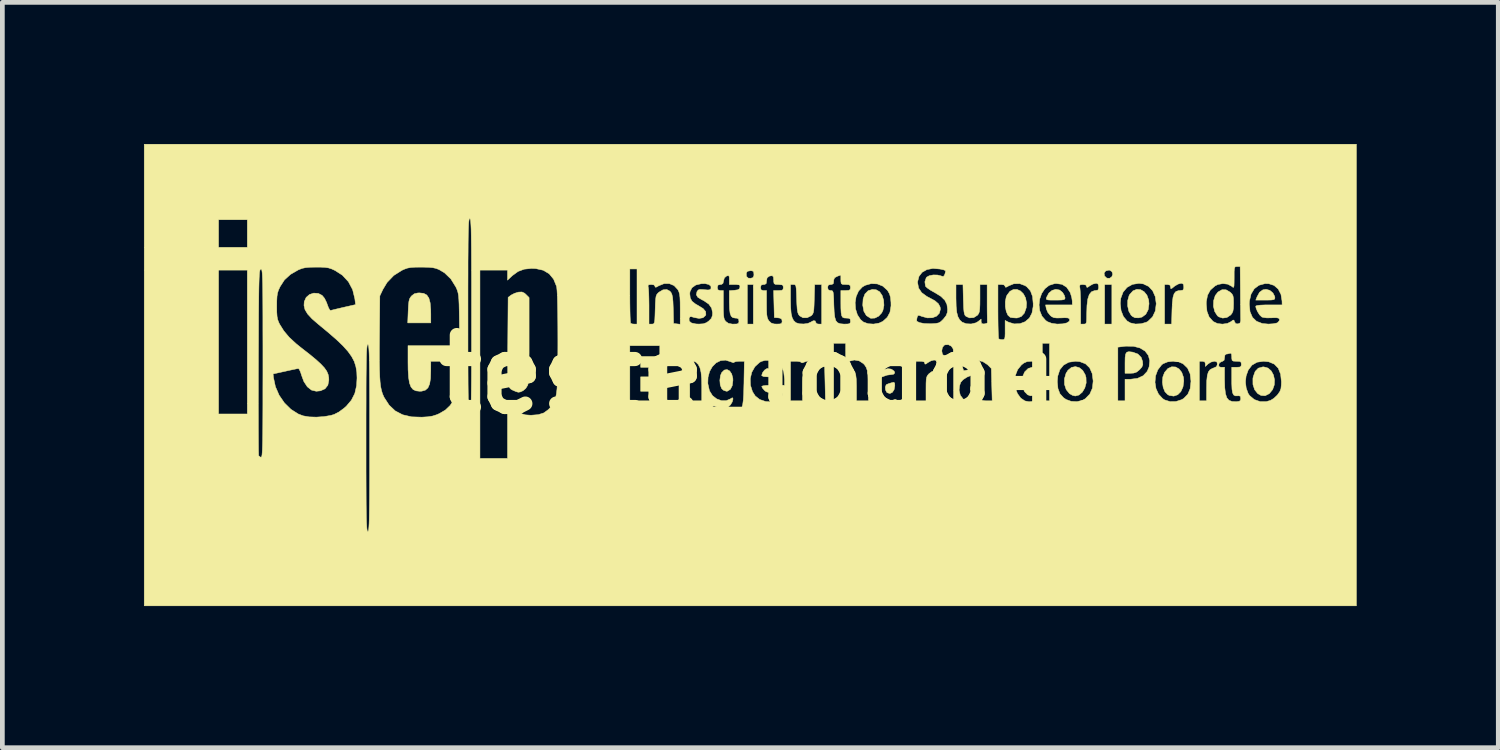
<source format=kicad_pcb>
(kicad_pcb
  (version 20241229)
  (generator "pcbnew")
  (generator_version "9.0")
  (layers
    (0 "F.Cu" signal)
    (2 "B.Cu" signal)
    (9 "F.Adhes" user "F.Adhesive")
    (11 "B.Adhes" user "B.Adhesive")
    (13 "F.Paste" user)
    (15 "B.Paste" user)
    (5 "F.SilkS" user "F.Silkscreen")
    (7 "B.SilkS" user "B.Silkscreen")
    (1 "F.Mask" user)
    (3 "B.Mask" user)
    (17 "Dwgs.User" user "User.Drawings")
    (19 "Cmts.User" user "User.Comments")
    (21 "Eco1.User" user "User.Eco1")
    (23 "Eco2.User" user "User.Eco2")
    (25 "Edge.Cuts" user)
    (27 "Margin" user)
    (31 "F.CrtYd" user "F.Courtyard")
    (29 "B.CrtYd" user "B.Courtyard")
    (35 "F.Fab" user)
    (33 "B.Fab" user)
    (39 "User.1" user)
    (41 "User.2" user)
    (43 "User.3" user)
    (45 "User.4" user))
  (footprint "teste_logo4"
    (layer "F.Cu")
    (at 12.832 4.882)
    (property "Reference" "teste_logo4" (at 0 0 0) (layer "F.SilkS") (effects (font (size 1.524 1.524) (thickness 0.3))))
    (attr through_hole)
    (fp_poly (pts (xy 11.016 -1.782) (xy 11.083 -1.726) (xy 11.121 -1.653) (xy 11.125 -1.622) (xy 11.12 -1.598) (xy 11.098 -1.584) (xy 11.048 -1.577) (xy 10.962 -1.575) (xy 10.923 -1.575) (xy 10.72 -1.575) (xy 10.747 -1.645) (xy 10.8 -1.741) (xy 10.87 -1.792) (xy 10.937 -1.803) (xy 11.016 -1.782)) (stroke (width 0.01) (type solid)) (fill yes) (layer "F.SilkS"))
    (fp_poly (pts (xy 0.435 -0.106) (xy 0.485 -0.055) (xy 0.508 0.005) (xy 0.508 0.008) (xy 0.498 0.034) (xy 0.46 0.047) (xy 0.382 0.051) (xy 0.381 0.051) (xy 0.295 0.045) (xy 0.257 0.027) (xy 0.254 0.018) (xy 0.272 -0.037) (xy 0.314 -0.092) (xy 0.363 -0.124) (xy 0.379 -0.127) (xy 0.435 -0.106)) (stroke (width 0.01) (type solid)) (fill yes) (layer "F.SilkS"))
    (fp_poly (pts (xy 3.07 0.182) (xy 3.073 0.235) (xy 3.073 0.241) (xy 3.058 0.323) (xy 3.02 0.38) (xy 2.969 0.404) (xy 2.914 0.387) (xy 2.901 0.376) (xy 2.876 0.327) (xy 2.872 0.267) (xy 2.89 0.221) (xy 2.896 0.215) (xy 2.938 0.197) (xy 2.998 0.178) (xy 3.049 0.166) (xy 3.07 0.182)) (stroke (width 0.01) (type solid)) (fill yes) (layer "F.SilkS"))
    (fp_poly (pts (xy 4.871 0.178) (xy 4.877 0.224) (xy 4.877 0.252) (xy 4.87 0.321) (xy 4.842 0.36) (xy 4.812 0.377) (xy 4.761 0.4) (xy 4.735 0.403) (xy 4.714 0.386) (xy 4.704 0.376) (xy 4.672 0.316) (xy 4.685 0.255) (xy 4.738 0.204) (xy 4.796 0.179) (xy 4.849 0.167) (xy 4.871 0.178)) (stroke (width 0.01) (type solid)) (fill yes) (layer "F.SilkS"))
    (fp_poly (pts (xy -0.425 -0.074) (xy -0.382 -0.01) (xy -0.358 0.081) (xy -0.356 0.127) (xy -0.37 0.236) (xy -0.409 0.314) (xy -0.47 0.353) (xy -0.495 0.356) (xy -0.556 0.335) (xy -0.595 0.299) (xy -0.625 0.222) (xy -0.633 0.123) (xy -0.62 0.024) (xy -0.594 -0.039) (xy -0.539 -0.093) (xy -0.48 -0.103) (xy -0.425 -0.074)) (stroke (width 0.01) (type solid)) (fill yes) (layer "F.SilkS"))
    (fp_poly (pts (xy -6.906 -1.717) (xy -6.841 -1.682) (xy -6.797 -1.617) (xy -6.77 -1.517) (xy -6.758 -1.375) (xy -6.756 -1.28) (xy -6.756 -1.092) (xy -7.245 -1.092) (xy -7.235 -1.345) (xy -7.229 -1.464) (xy -7.22 -1.545) (xy -7.207 -1.599) (xy -7.185 -1.637) (xy -7.164 -1.663) (xy -7.105 -1.709) (xy -7.03 -1.726) (xy -6.994 -1.727) (xy -6.906 -1.717)) (stroke (width 0.01) (type solid)) (fill yes) (layer "F.SilkS"))
    (fp_poly (pts (xy 8.101 -0.474) (xy 8.114 -0.472) (xy 8.223 -0.432) (xy 8.293 -0.36) (xy 8.322 -0.274) (xy 8.327 -0.207) (xy 8.307 -0.157) (xy 8.26 -0.103) (xy 8.197 -0.051) (xy 8.132 -0.029) (xy 8.066 -0.025) (xy 7.95 -0.025) (xy 7.95 -0.242) (xy 7.952 -0.359) (xy 7.963 -0.432) (xy 7.988 -0.471) (xy 8.031 -0.482) (xy 8.101 -0.474)) (stroke (width 0.01) (type solid)) (fill yes) (layer "F.SilkS"))
    (fp_poly (pts (xy 6.564 -1.788) (xy 6.628 -1.736) (xy 6.664 -1.676) (xy 6.68 -1.623) (xy 6.68 -1.622) (xy 6.675 -1.599) (xy 6.653 -1.584) (xy 6.604 -1.577) (xy 6.518 -1.575) (xy 6.475 -1.575) (xy 6.374 -1.575) (xy 6.315 -1.579) (xy 6.287 -1.589) (xy 6.282 -1.608) (xy 6.288 -1.632) (xy 6.335 -1.722) (xy 6.404 -1.78) (xy 6.484 -1.803) (xy 6.564 -1.788)) (stroke (width 0.01) (type solid)) (fill yes) (layer "F.SilkS"))
    (fp_poly (pts (xy 6.981 -0.144) (xy 7.054 -0.085) (xy 7.106 0.005) (xy 7.124 0.067) (xy 7.127 0.18) (xy 7.098 0.286) (xy 7.045 0.375) (xy 6.974 0.436) (xy 6.896 0.457) (xy 6.836 0.442) (xy 6.774 0.406) (xy 6.704 0.321) (xy 6.668 0.211) (xy 6.667 0.091) (xy 6.701 -0.025) (xy 6.742 -0.089) (xy 6.816 -0.149) (xy 6.899 -0.166) (xy 6.981 -0.144)) (stroke (width 0.01) (type solid)) (fill yes) (layer "F.SilkS"))
    (fp_poly (pts (xy 2.68 -1.793) (xy 2.752 -1.751) (xy 2.805 -1.673) (xy 2.836 -1.573) (xy 2.843 -1.464) (xy 2.822 -1.358) (xy 2.796 -1.305) (xy 2.732 -1.235) (xy 2.65 -1.194) (xy 2.569 -1.19) (xy 2.553 -1.194) (xy 2.47 -1.248) (xy 2.418 -1.337) (xy 2.394 -1.466) (xy 2.394 -1.468) (xy 2.402 -1.602) (xy 2.441 -1.705) (xy 2.508 -1.773) (xy 2.599 -1.801) (xy 2.68 -1.793)) (stroke (width 0.01) (type solid)) (fill yes) (layer "F.SilkS"))
    (fp_poly (pts (xy 8.28 -1.796) (xy 8.354 -1.753) (xy 8.414 -1.679) (xy 8.451 -1.576) (xy 8.458 -1.496) (xy 8.44 -1.37) (xy 8.39 -1.275) (xy 8.311 -1.216) (xy 8.241 -1.199) (xy 8.162 -1.201) (xy 8.106 -1.23) (xy 8.078 -1.256) (xy 8.03 -1.34) (xy 8.006 -1.45) (xy 8.007 -1.566) (xy 8.036 -1.67) (xy 8.05 -1.695) (xy 8.119 -1.771) (xy 8.199 -1.803) (xy 8.28 -1.796)) (stroke (width 0.01) (type solid)) (fill yes) (layer "F.SilkS"))
    (fp_poly (pts (xy 9.02 -0.158) (xy 9.094 -0.117) (xy 9.152 -0.043) (xy 9.188 0.06) (xy 9.195 0.139) (xy 9.178 0.264) (xy 9.133 0.363) (xy 9.066 0.43) (xy 8.983 0.459) (xy 8.89 0.445) (xy 8.856 0.428) (xy 8.796 0.367) (xy 8.758 0.274) (xy 8.742 0.164) (xy 8.751 0.053) (xy 8.788 -0.044) (xy 8.789 -0.045) (xy 8.859 -0.126) (xy 8.939 -0.162) (xy 9.02 -0.158)) (stroke (width 0.01) (type solid)) (fill yes) (layer "F.SilkS"))
    (fp_poly (pts (xy 10.979 -0.135) (xy 11.048 -0.074) (xy 11.095 0.013) (xy 11.117 0.115) (xy 11.112 0.221) (xy 11.077 0.32) (xy 11.011 0.401) (xy 11.006 0.406) (xy 10.918 0.451) (xy 10.831 0.445) (xy 10.761 0.405) (xy 10.696 0.324) (xy 10.66 0.213) (xy 10.659 0.088) (xy 10.666 0.049) (xy 10.707 -0.064) (xy 10.773 -0.133) (xy 10.865 -0.159) (xy 10.889 -0.16) (xy 10.979 -0.135)) (stroke (width 0.01) (type solid)) (fill yes) (layer "F.SilkS"))
    (fp_poly (pts (xy 6.072 -0.135) (xy 6.134 -0.092) (xy 6.169 -0.049) (xy 6.189 -0.001) (xy 6.196 0.07) (xy 6.198 0.14) (xy 6.195 0.235) (xy 6.185 0.296) (xy 6.161 0.341) (xy 6.123 0.383) (xy 6.037 0.443) (xy 5.948 0.453) (xy 5.886 0.43) (xy 5.822 0.365) (xy 5.782 0.27) (xy 5.767 0.158) (xy 5.781 0.046) (xy 5.824 -0.053) (xy 5.897 -0.125) (xy 5.983 -0.153) (xy 6.072 -0.135)) (stroke (width 0.01) (type solid)) (fill yes) (layer "F.SilkS"))
    (fp_poly (pts (xy 5.735 -1.769) (xy 5.798 -1.707) (xy 5.843 -1.621) (xy 5.864 -1.515) (xy 5.857 -1.412) (xy 5.818 -1.3) (xy 5.752 -1.227) (xy 5.664 -1.196) (xy 5.643 -1.196) (xy 5.572 -1.201) (xy 5.522 -1.209) (xy 5.518 -1.211) (xy 5.469 -1.255) (xy 5.434 -1.334) (xy 5.415 -1.434) (xy 5.414 -1.541) (xy 5.433 -1.639) (xy 5.449 -1.677) (xy 5.511 -1.76) (xy 5.584 -1.799) (xy 5.661 -1.801) (xy 5.735 -1.769)) (stroke (width 0.01) (type solid)) (fill yes) (layer "F.SilkS"))
    (fp_poly (pts (xy 10.091 -1.793) (xy 10.178 -1.742) (xy 10.215 -1.705) (xy 10.237 -1.666) (xy 10.247 -1.608) (xy 10.249 -1.517) (xy 10.249 -1.503) (xy 10.246 -1.403) (xy 10.236 -1.338) (xy 10.214 -1.292) (xy 10.187 -1.259) (xy 10.109 -1.207) (xy 10.02 -1.194) (xy 9.937 -1.22) (xy 9.907 -1.243) (xy 9.85 -1.333) (xy 9.823 -1.445) (xy 9.827 -1.563) (xy 9.861 -1.671) (xy 9.919 -1.746) (xy 10.005 -1.795) (xy 10.091 -1.793)) (stroke (width 0.01) (type solid)) (fill yes) (layer "F.SilkS"))
    (fp_poly (pts (xy -4.771 -1.722) (xy -4.739 -1.693) (xy -4.674 -1.628) (xy -4.674 -0.742) (xy -4.674 -0.459) (xy -4.677 -0.224) (xy -4.681 -0.037) (xy -4.687 0.102) (xy -4.695 0.192) (xy -4.702 0.226) (xy -4.745 0.296) (xy -4.802 0.344) (xy -4.861 0.371) (xy -4.904 0.377) (xy -4.957 0.361) (xy -4.991 0.346) (xy -5.027 0.33) (xy -5.056 0.314) (xy -5.079 0.292) (xy -5.097 0.26) (xy -5.11 0.213) (xy -5.119 0.145) (xy -5.124 0.052) (xy -5.127 -0.072) (xy -5.128 -0.231) (xy -5.127 -0.431) (xy -5.125 -0.676) (xy -5.125 -0.699) (xy -5.118 -1.633) (xy -5.054 -1.681) (xy -4.983 -1.718) (xy -4.901 -1.743) (xy -4.897 -1.744) (xy -4.825 -1.747) (xy -4.771 -1.722)) (stroke (width 0.01) (type solid)) (fill yes) (layer "F.SilkS"))
    (fp_poly (pts (xy 12.852 4.902) (xy -12.827 4.902) (xy -12.827 -2.21) (xy -11.252 -2.21) (xy -11.252 0.838) (xy -10.643 0.838) (xy -10.643 0.62) (xy -10.41 0.62) (xy -10.409 0.876) (xy -10.409 1.105) (xy -10.408 1.304) (xy -10.407 1.469) (xy -10.406 1.596) (xy -10.404 1.681) (xy -10.403 1.719) (xy -10.402 1.721) (xy -10.37 1.749) (xy -10.351 1.753) (xy -10.344 1.748) (xy -10.338 1.734) (xy -10.332 1.706) (xy -10.328 1.661) (xy -10.324 1.596) (xy -10.321 1.507) (xy -10.318 1.392) (xy -10.318 1.346) (xy -8.128 1.346) (xy -8.128 1.714) (xy -8.128 2.033) (xy -8.127 2.309) (xy -8.126 2.543) (xy -8.125 2.739) (xy -8.123 2.9) (xy -8.121 3.03) (xy -8.118 3.132) (xy -8.114 3.208) (xy -8.11 3.263) (xy -8.105 3.299) (xy -8.099 3.319) (xy -8.092 3.327) (xy -8.09 3.327) (xy -8.083 3.323) (xy -8.077 3.307) (xy -8.071 3.277) (xy -8.067 3.229) (xy -8.063 3.161) (xy -8.06 3.068) (xy -8.058 2.948) (xy -8.056 2.798) (xy -8.054 2.614) (xy -8.053 2.393) (xy -8.052 2.132) (xy -8.052 1.828) (xy -8.052 1.477) (xy -8.052 1.346) (xy -8.052 0.979) (xy -8.052 0.659) (xy -8.053 0.384) (xy -8.054 0.15) (xy -8.055 -0.047) (xy -8.057 -0.208) (xy -8.059 -0.338) (xy -8.062 -0.439) (xy -8.066 -0.516) (xy -8.066 -0.518) (xy -7.846 -0.518) (xy -7.846 -0.295) (xy -7.843 -0.111) (xy -7.838 0.039) (xy -7.83 0.16) (xy -7.818 0.258) (xy -7.801 0.338) (xy -7.781 0.405) (xy -7.755 0.466) (xy -7.744 0.488) (xy -7.639 0.65) (xy -7.51 0.772) (xy -7.353 0.854) (xy -7.164 0.898) (xy -6.947 0.905) (xy -6.816 0.897) (xy -6.717 0.881) (xy -6.63 0.853) (xy -6.573 0.828) (xy -6.446 0.753) (xy -6.347 0.658) (xy -6.263 0.531) (xy -6.227 0.457) (xy -6.197 0.386) (xy -6.177 0.314) (xy -6.164 0.228) (xy -6.155 0.114) (xy -6.151 0.019) (xy -6.141 -0.279) (xy -6.756 -0.279) (xy -6.757 -0.083) (xy -6.762 0.082) (xy -6.781 0.202) (xy -6.817 0.284) (xy -6.871 0.332) (xy -6.948 0.354) (xy -6.99 0.356) (xy -7.07 0.347) (xy -7.131 0.319) (xy -7.176 0.265) (xy -7.208 0.181) (xy -7.227 0.061) (xy -7.237 -0.1) (xy -7.239 -0.26) (xy -7.239 -0.61) (xy -6.143 -0.61) (xy -6.151 -1.162) (xy -6.152 -1.232) (xy -5.969 -1.232) (xy -5.969 -0.856) (xy -5.969 -0.528) (xy -5.968 -0.244) (xy -5.967 -0.001) (xy -5.966 0.203) (xy -5.964 0.372) (xy -5.962 0.509) (xy -5.959 0.617) (xy -5.956 0.7) (xy -5.952 0.76) (xy -5.947 0.801) (xy -5.942 0.825) (xy -5.935 0.836) (xy -5.931 0.838) (xy -5.924 0.834) (xy -5.918 0.818) (xy -5.913 0.788) (xy -5.908 0.741) (xy -5.904 0.673) (xy -5.901 0.582) (xy -5.899 0.464) (xy -5.897 0.316) (xy -5.895 0.134) (xy -5.894 -0.083) (xy -5.893 -0.34) (xy -5.893 -0.639) (xy -5.893 -0.984) (xy -5.893 -1.232) (xy -5.893 -1.608) (xy -5.893 -1.936) (xy -5.894 -2.21) (xy -5.715 -2.21) (xy -5.715 1.778) (xy -5.131 1.778) (xy -5.131 0.608) (xy -5.074 0.663) (xy -5.018 0.709) (xy -4.942 0.765) (xy -4.904 0.791) (xy -4.826 0.834) (xy -4.753 0.856) (xy -4.659 0.863) (xy -4.63 0.864) (xy -4.479 0.852) (xy -4.362 0.815) (xy -4.267 0.746) (xy -4.223 0.699) (xy -4.187 0.652) (xy -4.156 0.604) (xy -4.131 0.551) (xy -4.111 0.487) (xy -4.095 0.408) (xy -4.083 0.309) (xy -4.075 0.185) (xy -4.07 0.03) (xy -4.066 -0.159) (xy -4.065 -0.389) (xy -4.064 -0.61) (xy -2.54 -0.61) (xy -2.54 0.559) (xy -1.88 0.559) (xy -1.88 0.356) (xy -2.311 0.356) (xy -2.311 0.051) (xy -1.93 0.051) (xy -1.93 -0.152) (xy -2.311 -0.152) (xy -2.311 -0.279) (xy -1.753 -0.279) (xy -1.753 0.559) (xy -1.499 0.559) (xy -1.499 0.275) (xy -1.495 0.125) (xy -1.484 0.018) (xy -1.462 -0.051) (xy -1.427 -0.088) (xy -1.378 -0.101) (xy -1.369 -0.102) (xy -1.329 -0.09) (xy -1.301 -0.053) (xy -1.283 0.018) (xy -1.273 0.127) (xy -1.27 0.278) (xy -1.27 0.559) (xy -1.016 0.559) (xy -1.016 0.253) (xy -1.017 0.191) (xy -0.888 0.191) (xy -0.857 0.33) (xy -0.848 0.355) (xy -0.788 0.45) (xy -0.7 0.518) (xy -0.599 0.555) (xy -0.496 0.555) (xy -0.412 0.519) (xy -0.371 0.494) (xy -0.357 0.502) (xy -0.356 0.529) (xy -0.371 0.582) (xy -0.407 0.643) (xy -0.408 0.644) (xy -0.46 0.692) (xy -0.528 0.71) (xy -0.562 0.711) (xy -0.642 0.704) (xy -0.707 0.688) (xy -0.715 0.684) (xy -0.757 0.666) (xy -0.779 0.676) (xy -0.79 0.724) (xy -0.794 0.775) (xy -0.793 0.841) (xy -0.774 0.875) (xy -0.737 0.892) (xy -0.644 0.908) (xy -0.532 0.908) (xy -0.42 0.894) (xy -0.327 0.869) (xy -0.286 0.847) (xy -0.235 0.805) (xy -0.196 0.762) (xy -0.168 0.708) (xy -0.149 0.638) (xy -0.136 0.542) (xy -0.128 0.413) (xy -0.124 0.243) (xy -0.122 0.184) (xy -0.121 0.089) (xy 0.011 0.089) (xy 0.016 0.23) (xy 0.058 0.364) (xy 0.117 0.456) (xy 0.212 0.531) (xy 0.338 0.574) (xy 0.484 0.581) (xy 0.618 0.557) (xy 0.683 0.532) (xy 0.703 0.504) (xy 0.701 0.491) (xy 0.687 0.432) (xy 0.686 0.407) (xy 0.68 0.383) (xy 0.656 0.371) (xy 0.603 0.369) (xy 0.524 0.374) (xy 0.431 0.38) (xy 0.373 0.374) (xy 0.333 0.356) (xy 0.308 0.333) (xy 0.269 0.287) (xy 0.254 0.254) (xy 0.278 0.242) (xy 0.345 0.233) (xy 0.447 0.229) (xy 0.495 0.229) (xy 0.737 0.229) (xy 0.737 0.101) (xy 0.72 -0.055) (xy 0.671 -0.171) (xy 0.589 -0.25) (xy 0.508 -0.279) (xy 0.864 -0.279) (xy 0.864 0.559) (xy 1.118 0.559) (xy 1.118 0.279) (xy 1.119 0.154) (xy 1.123 0.068) (xy 1.132 0.012) (xy 1.147 -0.025) (xy 1.168 -0.051) (xy 1.217 -0.088) (xy 1.252 -0.102) (xy 1.29 -0.094) (xy 1.316 -0.065) (xy 1.333 -0.01) (xy 1.343 0.081) (xy 1.346 0.213) (xy 1.346 0.259) (xy 1.346 0.559) (xy 1.604 0.559) (xy 1.596 0.201) (xy 1.587 -0.157) (xy 1.505 -0.231) (xy 1.402 -0.291) (xy 1.288 -0.304) (xy 1.169 -0.267) (xy 1.167 -0.266) (xy 1.116 -0.246) (xy 1.092 -0.251) (xy 1.092 -0.253) (xy 1.069 -0.269) (xy 1.012 -0.278) (xy 0.978 -0.279) (xy 0.864 -0.279) (xy 0.508 -0.279) (xy 0.472 -0.292) (xy 0.425 -0.298) (xy 0.325 -0.298) (xy 0.249 -0.277) (xy 0.209 -0.256) (xy 0.11 -0.165) (xy 0.043 -0.046) (xy 0.011 0.089) (xy -0.121 0.089) (xy -0.114 -0.279) (xy -0.222 -0.279) (xy -0.288 -0.274) (xy -0.326 -0.262) (xy -0.33 -0.256) (xy -0.349 -0.249) (xy -0.396 -0.266) (xy -0.4 -0.268) (xy -0.512 -0.303) (xy -0.617 -0.293) (xy -0.712 -0.246) (xy -0.791 -0.167) (xy -0.85 -0.064) (xy -0.883 0.058) (xy -0.888 0.191) (xy -1.017 0.191) (xy -1.02 0.082) (xy -1.032 -0.047) (xy -1.055 -0.142) (xy -1.09 -0.21) (xy -1.14 -0.259) (xy -1.146 -0.263) (xy -1.235 -0.298) (xy -1.343 -0.3) (xy -1.447 -0.267) (xy -1.448 -0.267) (xy -1.508 -0.245) (xy -1.537 -0.254) (xy -1.57 -0.27) (xy -1.633 -0.279) (xy -1.653 -0.279) (xy -1.753 -0.279) (xy -2.311 -0.279) (xy -2.311 -0.381) (xy -1.905 -0.381) (xy -1.905 -0.61) (xy -2.54 -0.61) (xy -4.064 -0.61) (xy -4.064 -0.66) (xy 1.778 -0.66) (xy 1.778 0.559) (xy 2.032 0.559) (xy 2.032 0.269) (xy 2.035 0.12) (xy 2.045 0.015) (xy 2.064 -0.052) (xy 2.094 -0.089) (xy 2.138 -0.101) (xy 2.146 -0.102) (xy 2.192 -0.092) (xy 2.225 -0.06) (xy 2.245 0.002) (xy 2.257 0.1) (xy 2.261 0.241) (xy 2.261 0.269) (xy 2.261 0.559) (xy 2.515 0.559) (xy 2.514 0.315) (xy 2.622 0.315) (xy 2.641 0.41) (xy 2.69 0.491) (xy 2.765 0.551) (xy 2.857 0.581) (xy 2.962 0.574) (xy 3.029 0.547) (xy 3.077 0.529) (xy 3.099 0.533) (xy 3.099 0.535) (xy 3.122 0.549) (xy 3.179 0.558) (xy 3.216 0.559) (xy 3.332 0.559) (xy 3.315 -0.126) (xy 3.235 -0.206) (xy 3.133 -0.273) (xy 3.104 -0.279) (xy 3.48 -0.279) (xy 3.48 0.559) (xy 3.734 0.559) (xy 3.734 0.304) (xy 3.735 0.186) (xy 3.739 0.107) (xy 3.749 0.056) (xy 3.767 0.02) (xy 3.795 -0.013) (xy 3.796 -0.014) (xy 3.853 -0.057) (xy 3.908 -0.076) (xy 3.91 -0.076) (xy 3.943 -0.083) (xy 3.958 -0.113) (xy 3.962 -0.179) (xy 3.962 -0.191) (xy 3.96 -0.261) (xy 3.953 -0.279) (xy 4.064 -0.279) (xy 4.064 0.559) (xy 4.318 0.559) (xy 4.318 0.323) (xy 4.436 0.323) (xy 4.436 0.338) (xy 4.461 0.442) (xy 4.522 0.521) (xy 4.609 0.569) (xy 4.713 0.582) (xy 4.822 0.553) (xy 4.832 0.547) (xy 4.88 0.529) (xy 4.902 0.533) (xy 4.902 0.535) (xy 4.925 0.549) (xy 4.983 0.558) (xy 5.019 0.559) (xy 5.136 0.559) (xy 5.125 0.151) (xy 5.612 0.151) (xy 5.626 0.283) (xy 5.67 0.403) (xy 5.741 0.501) (xy 5.829 0.561) (xy 5.916 0.578) (xy 6.018 0.569) (xy 6.113 0.538) (xy 6.161 0.507) (xy 6.223 0.448) (xy 6.223 0.504) (xy 6.236 0.546) (xy 6.283 0.559) (xy 6.287 0.559) (xy 6.35 0.559) (xy 6.35 0.152) (xy 6.515 0.152) (xy 6.529 0.298) (xy 6.571 0.408) (xy 6.647 0.493) (xy 6.703 0.531) (xy 6.811 0.57) (xy 6.933 0.576) (xy 7.048 0.548) (xy 7.108 0.515) (xy 7.204 0.416) (xy 7.259 0.291) (xy 7.275 0.14) (xy 7.255 -0.018) (xy 7.201 -0.14) (xy 7.113 -0.225) (xy 6.993 -0.271) (xy 6.9 -0.279) (xy 6.759 -0.259) (xy 6.648 -0.198) (xy 6.569 -0.1) (xy 6.525 0.034) (xy 6.515 0.152) (xy 6.35 0.152) (xy 6.35 -0.578) (xy 7.798 -0.578) (xy 7.798 0.559) (xy 7.95 0.559) (xy 7.95 0.166) (xy 8.585 0.166) (xy 8.606 0.299) (xy 8.66 0.417) (xy 8.746 0.511) (xy 8.788 0.539) (xy 8.903 0.575) (xy 9.03 0.573) (xy 9.151 0.534) (xy 9.194 0.508) (xy 9.28 0.42) (xy 9.33 0.302) (xy 9.347 0.147) (xy 9.347 0.141) (xy 9.329 -0.013) (xy 9.274 -0.135) (xy 9.18 -0.226) (xy 9.085 -0.267) (xy 8.974 -0.279) (xy 9.525 -0.279) (xy 9.525 0.559) (xy 9.677 0.559) (xy 9.678 0.286) (xy 9.681 0.133) (xy 9.693 0.023) (xy 9.715 -0.052) (xy 9.751 -0.1) (xy 9.803 -0.129) (xy 9.824 -0.136) (xy 9.884 -0.163) (xy 9.905 -0.205) (xy 9.905 -0.21) (xy 9.936 -0.21) (xy 9.939 -0.167) (xy 9.976 -0.153) (xy 9.993 -0.152) (xy 10.058 -0.152) (xy 10.058 0.111) (xy 10.063 0.281) (xy 10.078 0.407) (xy 10.106 0.494) (xy 10.151 0.547) (xy 10.217 0.573) (xy 10.305 0.577) (xy 10.312 0.577) (xy 10.373 0.568) (xy 10.397 0.544) (xy 10.401 0.508) (xy 10.393 0.461) (xy 10.357 0.451) (xy 10.343 0.453) (xy 10.289 0.454) (xy 10.253 0.436) (xy 10.229 0.391) (xy 10.216 0.313) (xy 10.211 0.194) (xy 10.211 0.159) (xy 10.501 0.159) (xy 10.517 0.289) (xy 10.558 0.402) (xy 10.588 0.447) (xy 10.689 0.532) (xy 10.811 0.575) (xy 10.944 0.575) (xy 11.034 0.549) (xy 11.103 0.506) (xy 11.172 0.441) (xy 11.19 0.419) (xy 11.231 0.359) (xy 11.253 0.299) (xy 11.261 0.221) (xy 11.263 0.156) (xy 11.246 -0.006) (xy 11.196 -0.132) (xy 11.112 -0.219) (xy 10.995 -0.268) (xy 10.883 -0.279) (xy 10.746 -0.259) (xy 10.639 -0.197) (xy 10.56 -0.093) (xy 10.515 0.032) (xy 10.501 0.159) (xy 10.211 0.159) (xy 10.211 0.124) (xy 10.211 -0.152) (xy 10.312 -0.152) (xy 10.378 -0.156) (xy 10.407 -0.172) (xy 10.414 -0.21) (xy 10.414 -0.216) (xy 10.408 -0.257) (xy 10.382 -0.275) (xy 10.321 -0.279) (xy 10.312 -0.279) (xy 10.247 -0.282) (xy 10.218 -0.299) (xy 10.211 -0.343) (xy 10.211 -0.371) (xy 10.206 -0.431) (xy 10.19 -0.451) (xy 10.171 -0.447) (xy 10.113 -0.433) (xy 10.094 -0.432) (xy 10.066 -0.409) (xy 10.058 -0.357) (xy 10.049 -0.301) (xy 10.013 -0.277) (xy 10.001 -0.275) (xy 9.95 -0.246) (xy 9.936 -0.21) (xy 9.905 -0.21) (xy 9.906 -0.22) (xy 9.896 -0.264) (xy 9.855 -0.279) (xy 9.838 -0.279) (xy 9.77 -0.262) (xy 9.711 -0.224) (xy 9.652 -0.169) (xy 9.652 -0.224) (xy 9.639 -0.267) (xy 9.592 -0.279) (xy 9.588 -0.279) (xy 9.525 -0.279) (xy 8.974 -0.279) (xy 8.971 -0.28) (xy 8.855 -0.267) (xy 8.758 -0.228) (xy 8.727 -0.205) (xy 8.644 -0.097) (xy 8.597 0.03) (xy 8.585 0.166) (xy 7.95 0.166) (xy 7.95 0.102) (xy 8.063 0.102) (xy 8.215 0.083) (xy 8.335 0.027) (xy 8.419 -0.063) (xy 8.46 -0.159) (xy 8.474 -0.291) (xy 8.444 -0.404) (xy 8.375 -0.495) (xy 8.269 -0.56) (xy 8.132 -0.596) (xy 7.969 -0.599) (xy 7.931 -0.595) (xy 7.798 -0.578) (xy 6.35 -0.578) (xy 6.35 -0.66) (xy 6.198 -0.66) (xy 6.198 -0.2) (xy 6.141 -0.24) (xy 6.079 -0.265) (xy 5.993 -0.278) (xy 5.964 -0.279) (xy 5.875 -0.272) (xy 5.806 -0.241) (xy 5.755 -0.201) (xy 5.675 -0.102) (xy 5.628 0.019) (xy 5.612 0.151) (xy 5.125 0.151) (xy 5.118 -0.126) (xy 5.039 -0.206) (xy 4.936 -0.273) (xy 4.807 -0.302) (xy 4.658 -0.291) (xy 4.608 -0.279) (xy 4.538 -0.257) (xy 4.506 -0.235) (xy 4.501 -0.201) (xy 4.506 -0.169) (xy 4.52 -0.112) (xy 4.532 -0.083) (xy 4.532 -0.083) (xy 4.56 -0.083) (xy 4.619 -0.096) (xy 4.646 -0.104) (xy 4.731 -0.122) (xy 4.795 -0.113) (xy 4.813 -0.106) (xy 4.867 -0.068) (xy 4.875 -0.03) (xy 4.838 -0.005) (xy 4.796 0) (xy 4.702 0.016) (xy 4.603 0.056) (xy 4.518 0.112) (xy 4.469 0.168) (xy 4.446 0.238) (xy 4.436 0.323) (xy 4.318 0.323) (xy 4.318 -0.279) (xy 4.064 -0.279) (xy 3.953 -0.279) (xy 3.947 -0.295) (xy 3.916 -0.304) (xy 3.902 -0.305) (xy 3.84 -0.289) (xy 3.775 -0.252) (xy 3.73 -0.22) (xy 3.711 -0.221) (xy 3.708 -0.239) (xy 3.695 -0.265) (xy 3.649 -0.277) (xy 3.594 -0.279) (xy 3.48 -0.279) (xy 3.104 -0.279) (xy 3.004 -0.302) (xy 2.856 -0.291) (xy 2.807 -0.279) (xy 2.733 -0.253) (xy 2.699 -0.224) (xy 2.693 -0.194) (xy 2.703 -0.123) (xy 2.736 -0.091) (xy 2.802 -0.093) (xy 2.841 -0.104) (xy 2.927 -0.122) (xy 2.991 -0.114) (xy 3.01 -0.106) (xy 3.059 -0.07) (xy 3.072 -0.032) (xy 3.047 -0.005) (xy 3.016 0.000141) (xy 2.906 0.015) (xy 2.798 0.054) (xy 2.714 0.109) (xy 2.703 0.119) (xy 2.641 0.216) (xy 2.622 0.315) (xy 2.514 0.315) (xy 2.514 0.298) (xy 2.512 0.134) (xy 2.505 0.01) (xy 2.491 -0.081) (xy 2.468 -0.148) (xy 2.434 -0.201) (xy 2.407 -0.23) (xy 2.318 -0.288) (xy 2.215 -0.306) (xy 2.116 -0.282) (xy 2.088 -0.265) (xy 2.032 -0.226) (xy 2.032 -0.499) (xy 4.068 -0.499) (xy 4.081 -0.433) (xy 4.092 -0.416) (xy 4.142 -0.39) (xy 4.211 -0.388) (xy 4.274 -0.41) (xy 4.3 -0.434) (xy 4.313 -0.488) (xy 4.309 -0.542) (xy 4.271 -0.599) (xy 4.207 -0.631) (xy 4.137 -0.627) (xy 4.117 -0.617) (xy 4.081 -0.569) (xy 4.068 -0.499) (xy 2.032 -0.499) (xy 2.032 -0.66) (xy 1.778 -0.66) (xy -4.064 -0.66) (xy -4.064 -0.663) (xy -4.064 -0.726) (xy -4.065 -1.022) (xy -4.067 -1.277) (xy -4.071 -1.489) (xy -4.075 -1.657) (xy -4.082 -1.778) (xy -4.089 -1.851) (xy -4.092 -1.865) (xy -4.155 -2.019) (xy -4.248 -2.132) (xy -4.373 -2.207) (xy -4.499 -2.235) (xy -2.54 -2.235) (xy -2.54 -1.668) (xy -2.539 -1.503) (xy -2.537 -1.356) (xy -2.534 -1.233) (xy -2.53 -1.142) (xy -2.525 -1.092) (xy -2.523 -1.084) (xy -2.487 -1.07) (xy -2.447 -1.067) (xy -2.388 -1.067) (xy -2.388 -1.879) (xy -2.155 -1.879) (xy -2.15 -1.848) (xy -2.144 -1.802) (xy -2.139 -1.717) (xy -2.136 -1.603) (xy -2.134 -1.471) (xy -2.134 -1.429) (xy -2.134 -1.067) (xy -2.073 -1.067) (xy -2.047 -1.068) (xy -2.03 -1.079) (xy -2.018 -1.107) (xy -2.011 -1.16) (xy -2.007 -1.248) (xy -2.003 -1.374) (xy -1.999 -1.503) (xy -1.993 -1.593) (xy -1.985 -1.651) (xy -1.971 -1.69) (xy -1.949 -1.718) (xy -1.923 -1.742) (xy -1.838 -1.792) (xy -1.757 -1.799) (xy -1.691 -1.764) (xy -1.665 -1.732) (xy -1.647 -1.69) (xy -1.634 -1.63) (xy -1.626 -1.542) (xy -1.621 -1.417) (xy -1.619 -1.346) (xy -1.613 -1.079) (xy -1.473 -1.063) (xy -1.473 -1.186) (xy -1.285 -1.186) (xy -1.282 -1.13) (xy -1.233 -1.09) (xy -1.141 -1.07) (xy -1.077 -1.067) (xy -0.982 -1.073) (xy -0.914 -1.098) (xy -0.866 -1.133) (xy -0.812 -1.188) (xy -0.791 -1.249) (xy -0.787 -1.306) (xy -0.807 -1.405) (xy -0.867 -1.49) (xy -0.973 -1.563) (xy -1.02 -1.586) (xy -1.1 -1.635) (xy -1.131 -1.688) (xy -1.118 -1.751) (xy -1.115 -1.758) (xy -1.091 -1.789) (xy -1.054 -1.801) (xy -0.987 -1.798) (xy -0.961 -1.795) (xy -0.882 -1.789) (xy -0.84 -1.797) (xy -0.82 -1.821) (xy -0.821 -1.841) (xy -0.686 -1.841) (xy -0.675 -1.793) (xy -0.634 -1.778) (xy -0.622 -1.778) (xy -0.559 -1.778) (xy -0.559 -1.478) (xy -0.558 -1.347) (xy -0.554 -1.257) (xy -0.546 -1.197) (xy -0.533 -1.158) (xy -0.512 -1.128) (xy -0.507 -1.122) (xy -0.45 -1.082) (xy -0.37 -1.067) (xy -0.342 -1.067) (xy -0.272 -1.069) (xy -0.239 -1.083) (xy -0.229 -1.114) (xy -0.229 -1.13) (xy -0.237 -1.176) (xy -0.271 -1.192) (xy -0.305 -1.194) (xy -0.357 -1.203) (xy -0.393 -1.234) (xy -0.416 -1.295) (xy -0.428 -1.391) (xy -0.432 -1.531) (xy -0.432 -1.55) (xy -0.432 -1.775) (xy -0.324 -1.783) (xy -0.253 -1.793) (xy -0.219 -1.814) (xy -0.208 -1.848) (xy -0.208 -1.883) (xy -0.229 -1.9) (xy -0.284 -1.905) (xy -0.316 -1.905) (xy -0.051 -1.905) (xy -0.051 -1.067) (xy 0.076 -1.067) (xy 0.076 -1.841) (xy 0.229 -1.841) (xy 0.239 -1.793) (xy 0.28 -1.778) (xy 0.292 -1.778) (xy 0.356 -1.778) (xy 0.356 -1.489) (xy 0.357 -1.36) (xy 0.361 -1.271) (xy 0.37 -1.211) (xy 0.385 -1.169) (xy 0.408 -1.134) (xy 0.455 -1.089) (xy 0.514 -1.07) (xy 0.573 -1.067) (xy 0.643 -1.07) (xy 0.676 -1.083) (xy 0.685 -1.115) (xy 0.686 -1.129) (xy 0.677 -1.173) (xy 0.64 -1.193) (xy 0.603 -1.199) (xy 0.521 -1.206) (xy 0.506 -1.778) (xy 0.609 -1.778) (xy 0.675 -1.781) (xy 0.704 -1.797) (xy 0.711 -1.835) (xy 0.711 -1.841) (xy 0.706 -1.882) (xy 0.679 -1.901) (xy 0.618 -1.905) (xy 0.61 -1.905) (xy 0.864 -1.905) (xy 0.864 -1.586) (xy 0.867 -1.419) (xy 0.877 -1.294) (xy 0.898 -1.205) (xy 0.929 -1.143) (xy 0.973 -1.101) (xy 0.984 -1.094) (xy 1.054 -1.073) (xy 1.144 -1.069) (xy 1.231 -1.081) (xy 1.284 -1.104) (xy 1.345 -1.137) (xy 1.385 -1.135) (xy 1.397 -1.105) (xy 1.419 -1.074) (xy 1.46 -1.067) (xy 1.524 -1.067) (xy 1.524 -1.841) (xy 1.651 -1.841) (xy 1.662 -1.793) (xy 1.703 -1.778) (xy 1.712 -1.778) (xy 1.738 -1.776) (xy 1.756 -1.766) (xy 1.767 -1.738) (xy 1.774 -1.685) (xy 1.779 -1.597) (xy 1.782 -1.476) (xy 1.789 -1.322) (xy 1.802 -1.213) (xy 1.824 -1.139) (xy 1.861 -1.095) (xy 1.916 -1.074) (xy 1.993 -1.067) (xy 2.011 -1.067) (xy 2.084 -1.069) (xy 2.121 -1.08) (xy 2.133 -1.107) (xy 2.134 -1.13) (xy 2.127 -1.174) (xy 2.096 -1.191) (xy 2.047 -1.194) (xy 2 -1.197) (xy 1.967 -1.212) (xy 1.947 -1.246) (xy 1.936 -1.308) (xy 1.931 -1.406) (xy 1.93 -1.521) (xy 2.233 -1.521) (xy 2.242 -1.388) (xy 2.281 -1.263) (xy 2.348 -1.161) (xy 2.409 -1.11) (xy 2.506 -1.075) (xy 2.623 -1.067) (xy 2.739 -1.087) (xy 2.819 -1.124) (xy 2.849 -1.15) (xy 3.535 -1.15) (xy 3.537 -1.128) (xy 3.596 -1.098) (xy 3.693 -1.079) (xy 3.817 -1.074) (xy 3.845 -1.074) (xy 3.939 -1.08) (xy 4.001 -1.092) (xy 4.046 -1.117) (xy 4.093 -1.162) (xy 4.105 -1.175) (xy 4.161 -1.247) (xy 4.186 -1.313) (xy 4.191 -1.378) (xy 4.177 -1.485) (xy 4.132 -1.574) (xy 4.05 -1.654) (xy 3.924 -1.732) (xy 3.918 -1.735) (xy 3.831 -1.784) (xy 3.764 -1.83) (xy 3.727 -1.864) (xy 3.724 -1.869) (xy 3.718 -1.905) (xy 4.369 -1.905) (xy 4.369 -1.612) (xy 4.373 -1.442) (xy 4.386 -1.314) (xy 4.411 -1.221) (xy 4.449 -1.154) (xy 4.499 -1.108) (xy 4.586 -1.074) (xy 4.691 -1.069) (xy 4.79 -1.093) (xy 4.835 -1.119) (xy 4.902 -1.172) (xy 4.902 -1.118) (xy 4.912 -1.079) (xy 4.95 -1.07) (xy 4.972 -1.071) (xy 5.02 -1.083) (xy 5.036 -1.099) (xy 5.033 -1.129) (xy 5.032 -1.202) (xy 5.03 -1.306) (xy 5.029 -1.434) (xy 5.029 -1.511) (xy 5.029 -1.905) (xy 5.258 -1.905) (xy 5.258 -1.338) (xy 5.259 -1.173) (xy 5.261 -1.025) (xy 5.264 -0.903) (xy 5.268 -0.812) (xy 5.272 -0.761) (xy 5.275 -0.754) (xy 5.311 -0.74) (xy 5.351 -0.737) (xy 5.38 -0.739) (xy 5.398 -0.754) (xy 5.407 -0.792) (xy 5.41 -0.862) (xy 5.41 -0.94) (xy 5.41 -1.144) (xy 5.485 -1.106) (xy 5.601 -1.071) (xy 5.725 -1.076) (xy 5.834 -1.117) (xy 5.924 -1.194) (xy 5.979 -1.3) (xy 6.004 -1.44) (xy 6.005 -1.472) (xy 6.129 -1.472) (xy 6.144 -1.348) (xy 6.19 -1.235) (xy 6.269 -1.144) (xy 6.307 -1.117) (xy 6.397 -1.083) (xy 6.512 -1.067) (xy 6.631 -1.072) (xy 6.718 -1.092) (xy 6.77 -1.127) (xy 6.777 -1.162) (xy 6.765 -1.186) (xy 6.734 -1.198) (xy 6.673 -1.201) (xy 6.601 -1.198) (xy 6.506 -1.196) (xy 6.444 -1.203) (xy 6.398 -1.224) (xy 6.367 -1.249) (xy 6.314 -1.315) (xy 6.283 -1.39) (xy 6.283 -1.391) (xy 6.267 -1.473) (xy 6.833 -1.473) (xy 6.832 -1.556) (xy 6.821 -1.632) (xy 6.794 -1.72) (xy 6.783 -1.745) (xy 6.713 -1.848) (xy 6.665 -1.878) (xy 6.987 -1.878) (xy 6.995 -1.826) (xy 7 -1.771) (xy 7.005 -1.677) (xy 7.009 -1.558) (xy 7.01 -1.425) (xy 7.01 -1.407) (xy 7.01 -1.067) (xy 7.074 -1.067) (xy 7.105 -1.069) (xy 7.124 -1.082) (xy 7.134 -1.116) (xy 7.137 -1.182) (xy 7.138 -1.276) (xy 7.144 -1.46) (xy 7.161 -1.597) (xy 7.193 -1.693) (xy 7.24 -1.751) (xy 7.304 -1.776) (xy 7.329 -1.778) (xy 7.374 -1.786) (xy 7.39 -1.822) (xy 7.391 -1.854) (xy 7.385 -1.905) (xy 7.518 -1.905) (xy 7.518 -1.067) (xy 7.671 -1.067) (xy 7.671 -1.507) (xy 7.849 -1.507) (xy 7.866 -1.353) (xy 7.916 -1.226) (xy 7.995 -1.132) (xy 8.065 -1.091) (xy 8.17 -1.068) (xy 8.29 -1.074) (xy 8.399 -1.105) (xy 8.435 -1.124) (xy 8.533 -1.219) (xy 8.592 -1.345) (xy 8.611 -1.499) (xy 8.591 -1.648) (xy 8.536 -1.772) (xy 8.451 -1.864) (xy 8.366 -1.905) (xy 8.788 -1.905) (xy 8.788 -1.067) (xy 8.937 -1.067) (xy 8.945 -1.369) (xy 8.951 -1.489) (xy 9.671 -1.489) (xy 9.686 -1.337) (xy 9.731 -1.219) (xy 9.812 -1.127) (xy 9.82 -1.12) (xy 9.908 -1.078) (xy 10.015 -1.066) (xy 10.12 -1.081) (xy 10.192 -1.117) (xy 10.236 -1.15) (xy 10.257 -1.151) (xy 10.268 -1.12) (xy 10.27 -1.115) (xy 10.297 -1.075) (xy 10.342 -1.071) (xy 10.384 -1.087) (xy 10.399 -1.128) (xy 10.4 -1.162) (xy 10.399 -1.212) (xy 10.398 -1.304) (xy 10.397 -1.428) (xy 10.396 -1.486) (xy 10.582 -1.486) (xy 10.598 -1.329) (xy 10.649 -1.21) (xy 10.736 -1.126) (xy 10.858 -1.079) (xy 10.987 -1.067) (xy 11.085 -1.073) (xy 11.161 -1.088) (xy 11.188 -1.101) (xy 11.219 -1.142) (xy 11.221 -1.173) (xy 11.2 -1.194) (xy 11.151 -1.202) (xy 11.064 -1.2) (xy 11.055 -1.199) (xy 10.952 -1.198) (xy 10.872 -1.209) (xy 10.847 -1.218) (xy 10.801 -1.262) (xy 10.756 -1.333) (xy 10.725 -1.407) (xy 10.719 -1.447) (xy 10.743 -1.459) (xy 10.814 -1.468) (xy 10.926 -1.473) (xy 10.998 -1.473) (xy 11.278 -1.473) (xy 11.276 -1.556) (xy 11.253 -1.697) (xy 11.195 -1.809) (xy 11.107 -1.886) (xy 10.994 -1.923) (xy 10.915 -1.924) (xy 10.787 -1.889) (xy 10.688 -1.815) (xy 10.62 -1.703) (xy 10.586 -1.557) (xy 10.582 -1.486) (xy 10.396 -1.486) (xy 10.395 -1.576) (xy 10.394 -1.738) (xy 10.394 -1.765) (xy 10.389 -2.286) (xy 10.325 -2.286) (xy 10.295 -2.284) (xy 10.277 -2.272) (xy 10.267 -2.241) (xy 10.262 -2.18) (xy 10.262 -2.08) (xy 10.262 -2.053) (xy 10.261 -1.945) (xy 10.259 -1.879) (xy 10.252 -1.848) (xy 10.238 -1.845) (xy 10.217 -1.862) (xy 10.212 -1.866) (xy 10.127 -1.912) (xy 10.022 -1.925) (xy 9.916 -1.905) (xy 9.857 -1.875) (xy 9.757 -1.787) (xy 9.698 -1.678) (xy 9.672 -1.54) (xy 9.671 -1.489) (xy 8.951 -1.489) (xy 8.953 -1.525) (xy 8.967 -1.637) (xy 8.991 -1.712) (xy 9.028 -1.756) (xy 9.081 -1.775) (xy 9.123 -1.778) (xy 9.174 -1.785) (xy 9.193 -1.816) (xy 9.195 -1.854) (xy 9.188 -1.909) (xy 9.159 -1.929) (xy 9.133 -1.93) (xy 9.074 -1.914) (xy 9.006 -1.875) (xy 8.994 -1.865) (xy 8.944 -1.825) (xy 8.921 -1.816) (xy 8.916 -1.837) (xy 8.915 -1.852) (xy 8.902 -1.893) (xy 8.853 -1.905) (xy 8.788 -1.905) (xy 8.366 -1.905) (xy 8.339 -1.918) (xy 8.245 -1.93) (xy 8.107 -1.908) (xy 7.993 -1.844) (xy 7.909 -1.744) (xy 7.86 -1.613) (xy 7.849 -1.507) (xy 7.671 -1.507) (xy 7.671 -1.905) (xy 7.518 -1.905) (xy 7.385 -1.905) (xy 7.384 -1.909) (xy 7.355 -1.929) (xy 7.331 -1.93) (xy 7.269 -1.915) (xy 7.204 -1.878) (xy 7.159 -1.846) (xy 7.14 -1.847) (xy 7.137 -1.865) (xy 7.118 -1.896) (xy 7.058 -1.905) (xy 7.004 -1.901) (xy 6.987 -1.878) (xy 6.665 -1.878) (xy 6.617 -1.909) (xy 6.494 -1.926) (xy 6.455 -1.923) (xy 6.342 -1.887) (xy 6.251 -1.815) (xy 6.184 -1.715) (xy 6.143 -1.598) (xy 6.129 -1.472) (xy 6.005 -1.472) (xy 6.005 -1.499) (xy 5.991 -1.652) (xy 5.947 -1.77) (xy 5.87 -1.856) (xy 5.834 -1.881) (xy 5.718 -1.924) (xy 5.594 -1.921) (xy 5.493 -1.88) (xy 5.438 -1.85) (xy 5.415 -1.849) (xy 5.41 -1.867) (xy 5.387 -1.897) (xy 5.334 -1.905) (xy 5.258 -1.905) (xy 5.029 -1.905) (xy 4.877 -1.905) (xy 4.877 -1.608) (xy 4.876 -1.479) (xy 4.872 -1.39) (xy 4.865 -1.331) (xy 4.851 -1.292) (xy 4.83 -1.261) (xy 4.822 -1.253) (xy 4.745 -1.204) (xy 4.656 -1.198) (xy 4.583 -1.23) (xy 4.562 -1.25) (xy 4.548 -1.282) (xy 4.538 -1.335) (xy 4.531 -1.417) (xy 4.527 -1.538) (xy 4.525 -1.585) (xy 4.517 -1.905) (xy 4.369 -1.905) (xy 3.718 -1.905) (xy 3.71 -1.963) (xy 3.738 -2.046) (xy 3.75 -2.062) (xy 3.805 -2.092) (xy 3.888 -2.108) (xy 3.979 -2.106) (xy 4.055 -2.087) (xy 4.063 -2.083) (xy 4.099 -2.074) (xy 4.123 -2.1) (xy 4.136 -2.133) (xy 4.141 -2.148) (xy 7.507 -2.148) (xy 7.516 -2.088) (xy 7.518 -2.084) (xy 7.565 -2.04) (xy 7.624 -2.037) (xy 7.67 -2.069) (xy 7.69 -2.124) (xy 7.673 -2.177) (xy 7.626 -2.208) (xy 7.609 -2.21) (xy 7.541 -2.193) (xy 7.507 -2.148) (xy 4.141 -2.148) (xy 4.149 -2.176) (xy 4.142 -2.201) (xy 4.105 -2.217) (xy 4.03 -2.233) (xy 3.881 -2.246) (xy 3.753 -2.221) (xy 3.652 -2.164) (xy 3.585 -2.077) (xy 3.556 -1.963) (xy 3.556 -1.945) (xy 3.577 -1.83) (xy 3.642 -1.733) (xy 3.754 -1.651) (xy 3.803 -1.626) (xy 3.923 -1.561) (xy 3.997 -1.497) (xy 4.033 -1.428) (xy 4.039 -1.382) (xy 4.017 -1.297) (xy 3.958 -1.235) (xy 3.87 -1.201) (xy 3.763 -1.198) (xy 3.646 -1.23) (xy 3.589 -1.251) (xy 3.562 -1.247) (xy 3.547 -1.213) (xy 3.544 -1.201) (xy 3.535 -1.15) (xy 2.849 -1.15) (xy 2.914 -1.21) (xy 2.971 -1.317) (xy 2.993 -1.453) (xy 2.992 -1.527) (xy 2.982 -1.632) (xy 2.961 -1.707) (xy 2.924 -1.772) (xy 2.914 -1.785) (xy 2.819 -1.871) (xy 2.702 -1.918) (xy 2.574 -1.924) (xy 2.448 -1.889) (xy 2.386 -1.853) (xy 2.305 -1.766) (xy 2.254 -1.651) (xy 2.233 -1.521) (xy 1.93 -1.521) (xy 1.93 -1.526) (xy 1.93 -1.778) (xy 2.032 -1.778) (xy 2.097 -1.781) (xy 2.127 -1.798) (xy 2.134 -1.836) (xy 2.134 -1.841) (xy 2.128 -1.882) (xy 2.102 -1.901) (xy 2.041 -1.905) (xy 2.032 -1.905) (xy 1.967 -1.907) (xy 1.938 -1.925) (xy 1.931 -1.971) (xy 1.93 -2.005) (xy 1.93 -2.106) (xy 1.854 -2.079) (xy 1.799 -2.049) (xy 1.779 -2.002) (xy 1.778 -1.979) (xy 1.771 -1.925) (xy 1.74 -1.906) (xy 1.714 -1.905) (xy 1.666 -1.895) (xy 1.651 -1.853) (xy 1.651 -1.841) (xy 1.524 -1.841) (xy 1.524 -1.905) (xy 1.376 -1.905) (xy 1.367 -1.598) (xy 1.363 -1.467) (xy 1.358 -1.378) (xy 1.349 -1.319) (xy 1.335 -1.282) (xy 1.315 -1.256) (xy 1.299 -1.242) (xy 1.215 -1.201) (xy 1.129 -1.201) (xy 1.056 -1.242) (xy 1.052 -1.247) (xy 1.03 -1.278) (xy 1.015 -1.323) (xy 1.005 -1.39) (xy 0.998 -1.491) (xy 0.994 -1.603) (xy 0.99 -1.731) (xy 0.985 -1.816) (xy 0.978 -1.868) (xy 0.967 -1.894) (xy 0.948 -1.904) (xy 0.924 -1.905) (xy 0.864 -1.905) (xy 0.61 -1.905) (xy 0.545 -1.908) (xy 0.516 -1.924) (xy 0.508 -1.967) (xy 0.508 -1.992) (xy 0.502 -2.064) (xy 0.478 -2.092) (xy 0.428 -2.086) (xy 0.413 -2.081) (xy 0.368 -2.047) (xy 0.356 -1.982) (xy 0.356 -1.982) (xy 0.349 -1.927) (xy 0.32 -1.907) (xy 0.292 -1.905) (xy 0.244 -1.895) (xy 0.229 -1.853) (xy 0.229 -1.841) (xy 0.076 -1.841) (xy 0.076 -1.905) (xy -0.051 -1.905) (xy -0.316 -1.905) (xy -0.432 -1.905) (xy -0.432 -2.006) (xy -0.434 -2.069) (xy -0.447 -2.093) (xy -0.478 -2.089) (xy -0.489 -2.086) (xy -0.537 -2.046) (xy -0.554 -1.985) (xy -0.567 -1.928) (xy -0.599 -1.907) (xy -0.624 -1.905) (xy -0.671 -1.894) (xy -0.686 -1.852) (xy -0.686 -1.841) (xy -0.821 -1.841) (xy -0.823 -1.87) (xy -0.867 -1.906) (xy -0.945 -1.924) (xy -1.023 -1.923) (xy -1.142 -1.895) (xy -1.224 -1.837) (xy -1.266 -1.753) (xy -1.27 -1.708) (xy -1.26 -1.618) (xy -1.222 -1.55) (xy -1.149 -1.492) (xy -1.092 -1.46) (xy -0.988 -1.396) (xy -0.934 -1.333) (xy -0.929 -1.269) (xy -0.938 -1.248) (xy -0.99 -1.201) (xy -1.073 -1.187) (xy -1.176 -1.206) (xy -1.179 -1.207) (xy -1.239 -1.225) (xy -1.268 -1.22) (xy -1.284 -1.189) (xy -1.285 -1.186) (xy -1.473 -1.186) (xy -1.473 -1.389) (xy -1.474 -1.529) (xy -1.478 -1.629) (xy -1.486 -1.699) (xy -1.5 -1.749) (xy -1.52 -1.792) (xy -1.524 -1.798) (xy -1.602 -1.882) (xy -1.702 -1.924) (xy -1.814 -1.924) (xy -1.924 -1.88) (xy -1.978 -1.85) (xy -2.002 -1.849) (xy -2.007 -1.867) (xy -2.029 -1.897) (xy -2.086 -1.905) (xy -2.14 -1.9) (xy -2.155 -1.879) (xy -2.388 -1.879) (xy -2.388 -2.151) (xy -0.072 -2.151) (xy -0.07 -2.079) (xy -0.033 -2.041) (xy 0.019 -2.037) (xy 0.069 -2.051) (xy 0.087 -2.089) (xy 0.089 -2.121) (xy 0.083 -2.175) (xy 0.053 -2.195) (xy 0.013 -2.197) (xy -0.049 -2.185) (xy -0.072 -2.151) (xy -2.388 -2.151) (xy -2.388 -2.235) (xy -2.54 -2.235) (xy -4.499 -2.235) (xy -4.53 -2.242) (xy -4.622 -2.246) (xy -4.778 -2.23) (xy -4.907 -2.182) (xy -5.028 -2.094) (xy -5.048 -2.075) (xy -5.131 -1.997) (xy -5.131 -2.21) (xy -5.715 -2.21) (xy -5.894 -2.21) (xy -5.894 -2.22) (xy -5.895 -2.462) (xy -5.896 -2.667) (xy -5.898 -2.836) (xy -5.9 -2.973) (xy -5.902 -3.081) (xy -5.906 -3.164) (xy -5.91 -3.224) (xy -5.914 -3.264) (xy -5.92 -3.289) (xy -5.926 -3.3) (xy -5.931 -3.302) (xy -5.938 -3.297) (xy -5.944 -3.282) (xy -5.949 -3.252) (xy -5.954 -3.205) (xy -5.957 -3.137) (xy -5.96 -3.046) (xy -5.963 -2.928) (xy -5.965 -2.779) (xy -5.966 -2.598) (xy -5.968 -2.381) (xy -5.968 -2.124) (xy -5.969 -1.825) (xy -5.969 -1.48) (xy -5.969 -1.232) (xy -6.152 -1.232) (xy -6.154 -1.344) (xy -6.157 -1.483) (xy -6.162 -1.588) (xy -6.168 -1.665) (xy -6.178 -1.724) (xy -6.191 -1.771) (xy -6.208 -1.816) (xy -6.226 -1.854) (xy -6.332 -2.024) (xy -6.466 -2.153) (xy -6.579 -2.22) (xy -6.644 -2.246) (xy -6.716 -2.262) (xy -6.807 -2.27) (xy -6.933 -2.273) (xy -6.96 -2.273) (xy -7.087 -2.272) (xy -7.178 -2.266) (xy -7.25 -2.253) (xy -7.315 -2.23) (xy -7.366 -2.207) (xy -7.54 -2.097) (xy -7.682 -1.949) (xy -7.77 -1.803) (xy -7.836 -1.664) (xy -7.844 -0.787) (xy -7.846 -0.518) (xy -8.066 -0.518) (xy -8.07 -0.57) (xy -8.075 -0.606) (xy -8.081 -0.627) (xy -8.087 -0.635) (xy -8.09 -0.635) (xy -8.097 -0.63) (xy -8.103 -0.615) (xy -8.108 -0.585) (xy -8.113 -0.537) (xy -8.117 -0.468) (xy -8.12 -0.376) (xy -8.122 -0.256) (xy -8.124 -0.105) (xy -8.126 0.078) (xy -8.127 0.299) (xy -8.127 0.56) (xy -8.128 0.864) (xy -8.128 1.215) (xy -8.128 1.346) (xy -10.318 1.346) (xy -10.316 1.248) (xy -10.315 1.07) (xy -10.314 0.856) (xy -10.313 0.603) (xy -10.313 0.307) (xy -10.312 -0.011) (xy -10.097 -0.011) (xy -10.089 0.065) (xy -10.048 0.258) (xy -9.969 0.44) (xy -9.857 0.603) (xy -9.719 0.739) (xy -9.563 0.838) (xy -9.46 0.877) (xy -9.333 0.899) (xy -9.18 0.904) (xy -9.019 0.893) (xy -8.873 0.868) (xy -8.803 0.847) (xy -8.702 0.795) (xy -8.595 0.716) (xy -8.546 0.673) (xy -8.438 0.545) (xy -8.366 0.403) (xy -8.328 0.236) (xy -8.319 0.076) (xy -8.324 -0.05) (xy -8.343 -0.165) (xy -8.377 -0.274) (xy -8.433 -0.38) (xy -8.512 -0.49) (xy -8.619 -0.609) (xy -8.757 -0.741) (xy -8.93 -0.891) (xy -9.138 -1.063) (xy -9.273 -1.18) (xy -9.366 -1.281) (xy -9.421 -1.373) (xy -9.442 -1.462) (xy -9.437 -1.541) (xy -9.397 -1.631) (xy -9.326 -1.693) (xy -9.235 -1.723) (xy -9.138 -1.716) (xy -9.059 -1.675) (xy -9.008 -1.614) (xy -8.962 -1.52) (xy -8.95 -1.484) (xy -8.922 -1.411) (xy -8.895 -1.364) (xy -8.879 -1.355) (xy -8.844 -1.364) (xy -8.771 -1.382) (xy -8.673 -1.405) (xy -8.601 -1.422) (xy -8.35 -1.479) (xy -8.365 -1.603) (xy -8.412 -1.796) (xy -8.501 -1.964) (xy -8.63 -2.103) (xy -8.784 -2.202) (xy -8.858 -2.236) (xy -8.924 -2.257) (xy -8.998 -2.268) (xy -9.096 -2.273) (xy -9.182 -2.273) (xy -9.312 -2.271) (xy -9.407 -2.263) (xy -9.481 -2.247) (xy -9.551 -2.22) (xy -9.559 -2.217) (xy -9.729 -2.119) (xy -9.857 -2.002) (xy -9.949 -1.859) (xy -9.982 -1.788) (xy -10.003 -1.724) (xy -10.014 -1.653) (xy -10.019 -1.559) (xy -10.02 -1.448) (xy -10.019 -1.321) (xy -10.013 -1.231) (xy -10.001 -1.165) (xy -9.979 -1.107) (xy -9.96 -1.067) (xy -9.87 -0.923) (xy -9.757 -0.788) (xy -9.61 -0.652) (xy -9.501 -0.564) (xy -9.326 -0.428) (xy -9.189 -0.315) (xy -9.086 -0.221) (xy -9.011 -0.141) (xy -8.961 -0.07) (xy -8.932 -0.003) (xy -8.918 0.066) (xy -8.916 0.12) (xy -8.937 0.228) (xy -8.997 0.304) (xy -9.094 0.347) (xy -9.183 0.356) (xy -9.284 0.331) (xy -9.372 0.261) (xy -9.445 0.15) (xy -9.49 0.029) (xy -9.516 -0.051) (xy -9.542 -0.107) (xy -9.561 -0.126) (xy -9.596 -0.12) (xy -9.669 -0.105) (xy -9.767 -0.084) (xy -9.842 -0.067) (xy -10.097 -0.011) (xy -10.312 -0.011) (xy -10.312 -0.034) (xy -10.312 -0.243) (xy -10.312 -0.609) (xy -10.313 -0.927) (xy -10.313 -1.201) (xy -10.314 -1.434) (xy -10.315 -1.629) (xy -10.316 -1.79) (xy -10.318 -1.92) (xy -10.321 -2.022) (xy -10.324 -2.099) (xy -10.328 -2.155) (xy -10.333 -2.193) (xy -10.338 -2.216) (xy -10.345 -2.227) (xy -10.353 -2.231) (xy -10.357 -2.23) (xy -10.365 -2.227) (xy -10.372 -2.216) (xy -10.378 -2.196) (xy -10.384 -2.162) (xy -10.388 -2.112) (xy -10.392 -2.042) (xy -10.395 -1.949) (xy -10.398 -1.829) (xy -10.4 -1.68) (xy -10.402 -1.497) (xy -10.404 -1.277) (xy -10.405 -1.018) (xy -10.406 -0.715) (xy -10.408 -0.366) (xy -10.408 -0.266) (xy -10.409 0.045) (xy -10.409 0.341) (xy -10.41 0.62) (xy -10.643 0.62) (xy -10.643 -2.21) (xy -11.252 -2.21) (xy -12.827 -2.21) (xy -12.827 -3.277) (xy -11.252 -3.277) (xy -11.252 -2.692) (xy -10.643 -2.692) (xy -10.643 -3.277) (xy -11.252 -3.277) (xy -12.827 -3.277) (xy -12.827 -4.877) (xy 12.852 -4.877) (xy 12.852 4.902)) (stroke (width 0.01) (type solid)) (fill yes) (layer "F.SilkS")))
  (gr_rect
    (start -3 -3)
    (end 28.689 12.789)
    (stroke (width 0.1) (type default))
    (fill no)
    (layer "Edge.Cuts")))
</source>
